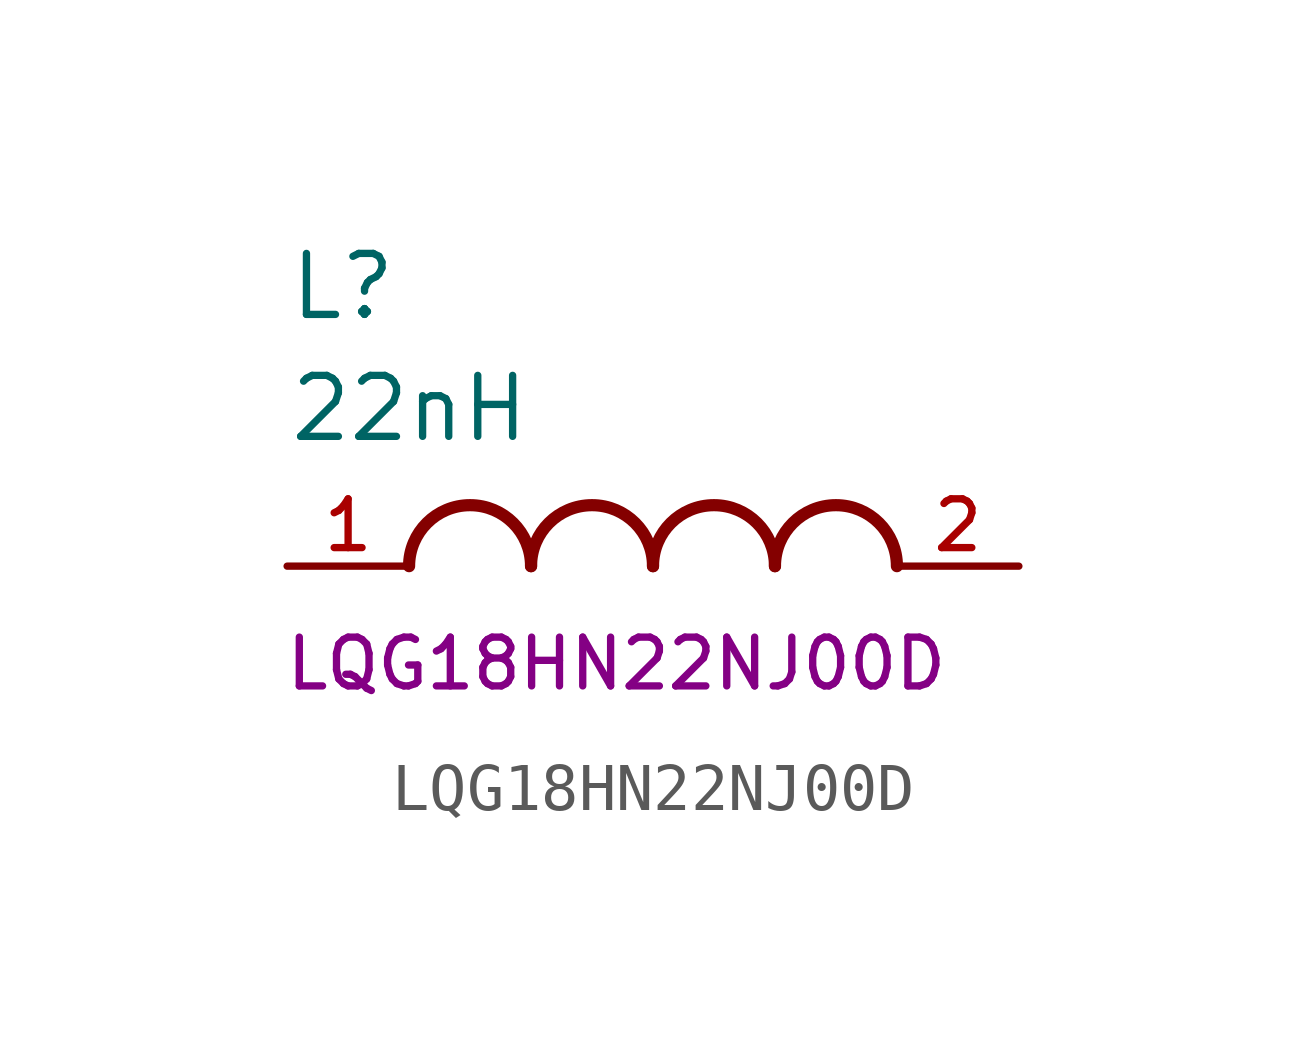
<source format=kicad_sym>
(kicad_symbol_lib
  (version 20241209)
  (generator "kicad_symbol_editor")
  (generator_version "9.0")
  (symbol "LQG18HN22NJ00D"
    (pin_names
      (offset 1.016))
    (property "Reference" "L"
      (at -7.62 5.08 0)
      (effects (font (size 1.27 1.27)) (justify left bottom)))
    (property "Value" "22nH"
      (at -7.62 2.54 0)
      (effects (font (size 1.27 1.27)) (justify left bottom)))
    (property "Footprint Name" "LQG18HN22NJ00D"
      (at -0.762 -2.032 0)
      (effects (font (size 1.016 1.016))))
    (symbol "LQG18HN22NJ00D_0_0"
      (arc (start -5.08 0) (mid -3.81 1.2645) (end -2.54 0) (stroke (width 0.254) (type default)) (fill (type none)))
      (arc (start -2.54 0) (mid -1.27 1.2645) (end 0 0) (stroke (width 0.254) (type default)) (fill (type none)))
      (arc (start 0 0) (mid 1.27 1.2645) (end 2.54 0) (stroke (width 0.254) (type default)) (fill (type none)))
      (arc (start 2.54 0) (mid 3.81 1.2645) (end 5.08 0) (stroke (width 0.254) (type default)) (fill (type none)))
      (pin passive line (at -7.62 0 0) (length 2.54) (name "~" (effects (font (size 1.016 1.016)))) (number "1" (effects (font (size 1.016 1.016)))))
      (pin passive line (at 7.62 0 180) (length 2.54) (name "~" (effects (font (size 1.016 1.016)))) (number "2" (effects (font (size 1.016 1.016))))))))
</source>
